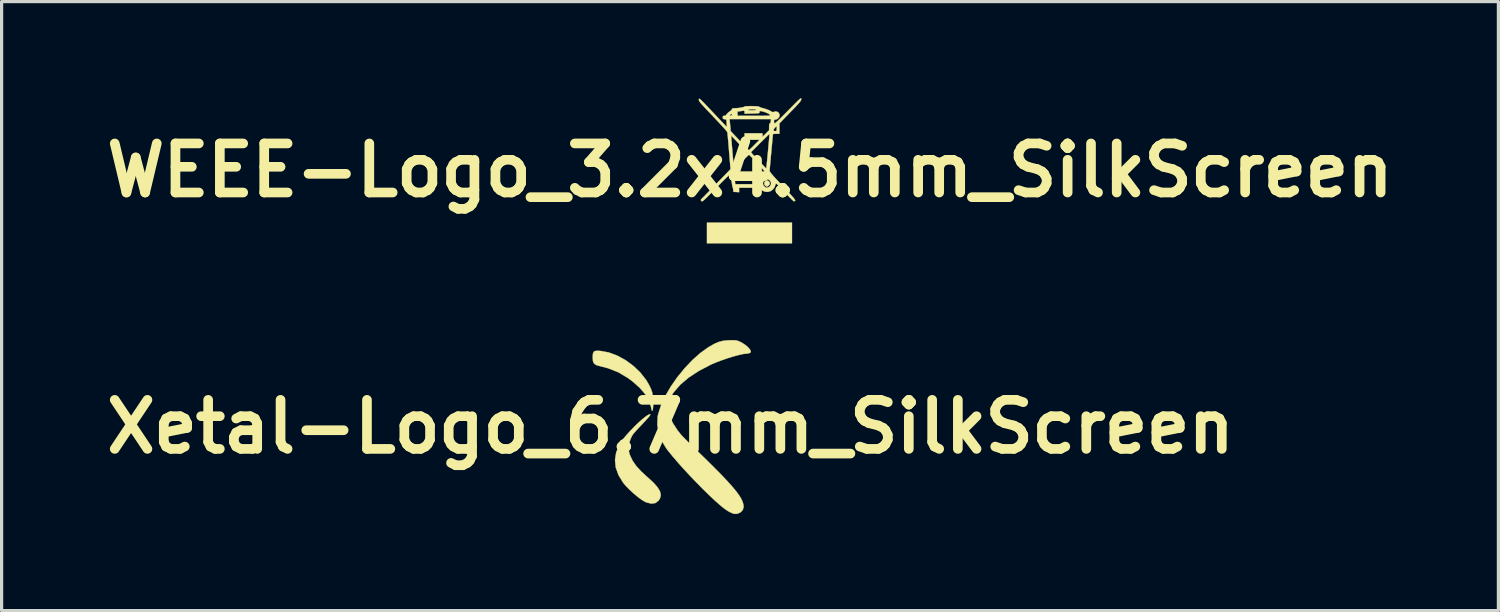
<source format=kicad_pcb>
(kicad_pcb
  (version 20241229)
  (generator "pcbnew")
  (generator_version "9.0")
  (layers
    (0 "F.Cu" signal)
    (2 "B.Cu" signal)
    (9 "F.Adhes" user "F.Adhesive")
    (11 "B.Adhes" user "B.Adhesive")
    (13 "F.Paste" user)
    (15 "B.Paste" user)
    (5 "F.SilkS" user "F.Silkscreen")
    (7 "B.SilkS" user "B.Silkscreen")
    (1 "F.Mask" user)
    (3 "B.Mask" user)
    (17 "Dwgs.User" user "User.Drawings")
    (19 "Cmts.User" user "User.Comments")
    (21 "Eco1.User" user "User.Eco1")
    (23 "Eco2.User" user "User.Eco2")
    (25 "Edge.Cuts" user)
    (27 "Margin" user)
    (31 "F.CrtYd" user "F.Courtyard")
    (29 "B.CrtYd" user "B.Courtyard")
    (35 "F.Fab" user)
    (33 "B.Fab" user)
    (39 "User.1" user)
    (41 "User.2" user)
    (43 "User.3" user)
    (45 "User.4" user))
  (footprint "Xetal-Logo_6.7mm_SilkScreen"
    (layer "F.Cu")
    (at 17.787 10.209)
    (property "Reference" "Xetal-Logo_6.7mm_SilkScreen" (at 0 0 0) (layer "F.SilkS") (effects (font (size 1.524 1.524) (thickness 0.3))))
    (attr through_hole)
    (fp_poly (pts (xy -2.176 -2.354) (xy -1.917 -2.306) (xy -1.653 -2.207) (xy -1.395 -2.065) (xy -1.153 -1.887) (xy -0.938 -1.68) (xy -0.759 -1.452) (xy -0.663 -1.287) (xy -0.607 -1.167) (xy -0.573 -1.068) (xy -0.554 -0.967) (xy -0.544 -0.837) (xy -0.542 -0.798) (xy -0.541 -0.669) (xy -0.547 -0.571) (xy -0.559 -0.51) (xy -0.574 -0.492) (xy -0.591 -0.522) (xy -0.607 -0.606) (xy -0.607 -0.608) (xy -0.662 -0.798) (xy -0.775 -0.994) (xy -0.944 -1.194) (xy -1.168 -1.396) (xy -1.315 -1.507) (xy -1.615 -1.687) (xy -1.948 -1.819) (xy -2.189 -1.881) (xy -2.308 -1.914) (xy -2.378 -1.962) (xy -2.412 -2.037) (xy -2.42 -2.155) (xy -2.42 -2.157) (xy -2.414 -2.263) (xy -2.391 -2.326) (xy -2.338 -2.355) (xy -2.243 -2.358) (xy -2.176 -2.354)) (stroke (width 0.01) (type solid)) (fill yes) (layer "F.SilkS"))
    (fp_poly (pts (xy -0.629 -0.38) (xy -0.642 -0.349) (xy -0.686 -0.293) (xy -0.765 -0.204) (xy -0.882 -0.079) (xy -1.001 0.047) (xy -1.087 0.14) (xy -1.146 0.209) (xy -1.187 0.264) (xy -1.215 0.315) (xy -1.24 0.372) (xy -1.259 0.422) (xy -1.303 0.57) (xy -1.31 0.701) (xy -1.278 0.841) (xy -1.258 0.895) (xy -1.181 1.057) (xy -1.07 1.217) (xy -0.918 1.385) (xy -0.718 1.568) (xy -0.704 1.58) (xy -0.527 1.743) (xy -0.403 1.885) (xy -0.329 2.01) (xy -0.305 2.122) (xy -0.328 2.224) (xy -0.376 2.299) (xy -0.472 2.371) (xy -0.593 2.39) (xy -0.739 2.356) (xy -0.792 2.334) (xy -0.892 2.275) (xy -1.017 2.183) (xy -1.152 2.07) (xy -1.285 1.948) (xy -1.399 1.83) (xy -1.474 1.74) (xy -1.618 1.504) (xy -1.703 1.269) (xy -1.727 1.035) (xy -1.692 0.803) (xy -1.597 0.571) (xy -1.548 0.488) (xy -1.47 0.379) (xy -1.368 0.255) (xy -1.248 0.124) (xy -1.12 -0.008) (xy -0.992 -0.132) (xy -0.871 -0.239) (xy -0.765 -0.323) (xy -0.684 -0.375) (xy -0.642 -0.388) (xy -0.629 -0.38)) (stroke (width 0.01) (type solid)) (fill yes) (layer "F.SilkS"))
    (fp_poly (pts (xy 2.031 -2.682) (xy 2.104 -2.664) (xy 2.181 -2.628) (xy 2.213 -2.611) (xy 2.32 -2.543) (xy 2.408 -2.467) (xy 2.469 -2.395) (xy 2.494 -2.336) (xy 2.478 -2.299) (xy 2.415 -2.277) (xy 2.361 -2.271) (xy 2.26 -2.26) (xy 2.117 -2.229) (xy 1.946 -2.182) (xy 1.758 -2.124) (xy 1.569 -2.058) (xy 1.389 -1.989) (xy 1.255 -1.931) (xy 0.88 -1.736) (xy 0.562 -1.528) (xy 0.302 -1.307) (xy 0.098 -1.072) (xy 0.014 -0.943) (xy -0.058 -0.762) (xy -0.074 -0.565) (xy -0.034 -0.353) (xy 0.061 -0.128) (xy 0.211 0.106) (xy 0.328 0.253) (xy 0.374 0.302) (xy 0.454 0.384) (xy 0.561 0.49) (xy 0.684 0.611) (xy 0.791 0.716) (xy 1.092 1.008) (xy 1.351 1.264) (xy 1.571 1.487) (xy 1.755 1.681) (xy 1.906 1.848) (xy 2.026 1.992) (xy 2.119 2.116) (xy 2.187 2.224) (xy 2.232 2.319) (xy 2.259 2.405) (xy 2.269 2.484) (xy 2.269 2.495) (xy 2.243 2.586) (xy 2.173 2.661) (xy 2.075 2.704) (xy 2.061 2.707) (xy 1.993 2.709) (xy 1.919 2.69) (xy 1.823 2.643) (xy 1.763 2.609) (xy 1.662 2.539) (xy 1.529 2.43) (xy 1.369 2.288) (xy 1.19 2.119) (xy 0.998 1.931) (xy 0.799 1.729) (xy 0.599 1.52) (xy 0.404 1.31) (xy 0.222 1.106) (xy 0.058 0.914) (xy -0.082 0.741) (xy -0.129 0.68) (xy -0.272 0.445) (xy -0.368 0.195) (xy -0.412 -0.059) (xy -0.402 -0.307) (xy -0.388 -0.383) (xy -0.3 -0.659) (xy -0.167 -0.949) (xy 0.005 -1.245) (xy 0.208 -1.537) (xy 0.435 -1.815) (xy 0.677 -2.071) (xy 0.929 -2.294) (xy 1.181 -2.475) (xy 1.373 -2.582) (xy 1.5 -2.635) (xy 1.618 -2.666) (xy 1.756 -2.682) (xy 1.813 -2.685) (xy 1.941 -2.688) (xy 2.031 -2.682)) (stroke (width 0.01) (type solid)) (fill yes) (layer "F.SilkS")))
  (footprint "WEEE-Logo_3.2x4.5mm_SilkScreen"
    (layer "F.Cu")
    (at 20.255 2.242)
    (property "Reference" "WEEE-Logo_3.2x4.5mm_SilkScreen" (at 0 0 0) (layer "F.SilkS") (effects (font (size 1.524 1.524) (thickness 0.3))))
    (attr through_hole)
    (fp_poly (pts (xy 1.304 2.269) (xy -1.338 2.269) (xy -1.338 1.626) (xy 1.304 1.626) (xy 1.304 2.269)) (stroke (width 0.01) (type solid)) (fill yes) (layer "F.SilkS"))
    (fp_poly (pts (xy 0.557 0.321) (xy 0.602 0.359) (xy 0.617 0.406) (xy 0.603 0.452) (xy 0.56 0.491) (xy 0.56 0.491) (xy 0.532 0.505) (xy 0.513 0.504) (xy 0.486 0.487) (xy 0.478 0.482) (xy 0.448 0.446) (xy 0.442 0.402) (xy 0.453 0.36) (xy 0.48 0.327) (xy 0.517 0.312) (xy 0.557 0.321)) (stroke (width 0.01) (type solid)) (fill yes) (layer "F.SilkS"))
    (fp_poly (pts (xy 1.589 -2.234) (xy 1.591 -2.224) (xy 1.592 -2.214) (xy 1.59 -2.195) (xy 1.582 -2.174) (xy 1.567 -2.148) (xy 1.54 -2.114) (xy 1.501 -2.068) (xy 1.446 -2.008) (xy 1.372 -1.931) (xy 1.278 -1.834) (xy 1.253 -1.808) (xy 0.914 -1.459) (xy 0.914 -1.135) (xy 0.813 -1.135) (xy 0.759 -1.133) (xy 0.722 -1.128) (xy 0.711 -1.122) (xy 0.71 -1.102) (xy 0.705 -1.053) (xy 0.698 -0.979) (xy 0.689 -0.883) (xy 0.679 -0.771) (xy 0.667 -0.645) (xy 0.661 -0.576) (xy 0.648 -0.443) (xy 0.637 -0.318) (xy 0.627 -0.207) (xy 0.619 -0.115) (xy 0.613 -0.044) (xy 0.61 -0.001) (xy 0.61 0.009) (xy 0.613 0.026) (xy 0.622 0.047) (xy 0.642 0.076) (xy 0.672 0.115) (xy 0.716 0.167) (xy 0.776 0.234) (xy 0.854 0.318) (xy 0.952 0.423) (xy 1.016 0.49) (xy 1.128 0.61) (xy 1.219 0.708) (xy 1.29 0.786) (xy 1.342 0.846) (xy 1.377 0.889) (xy 1.397 0.919) (xy 1.404 0.937) (xy 1.403 0.943) (xy 1.377 0.962) (xy 1.365 0.965) (xy 1.349 0.953) (xy 1.313 0.92) (xy 1.261 0.868) (xy 1.196 0.803) (xy 1.123 0.726) (xy 1.075 0.676) (xy 0.99 0.584) (xy 0.924 0.515) (xy 0.876 0.466) (xy 0.842 0.434) (xy 0.82 0.417) (xy 0.806 0.413) (xy 0.799 0.419) (xy 0.795 0.433) (xy 0.795 0.434) (xy 0.761 0.526) (xy 0.708 0.598) (xy 0.639 0.646) (xy 0.561 0.67) (xy 0.479 0.668) (xy 0.398 0.637) (xy 0.34 0.591) (xy 0.29 0.542) (xy -0.339 0.542) (xy -0.339 0.679) (xy -0.516 0.669) (xy -0.522 0.601) (xy -0.529 0.554) (xy -0.54 0.52) (xy -0.542 0.516) (xy -0.549 0.494) (xy -0.557 0.447) (xy -0.566 0.382) (xy -0.576 0.307) (xy -0.584 0.231) (xy -0.59 0.162) (xy -0.593 0.108) (xy -0.593 0.102) (xy -0.604 0.108) (xy -0.637 0.135) (xy -0.688 0.183) (xy -0.754 0.247) (xy -0.834 0.325) (xy -0.924 0.416) (xy -1.023 0.516) (xy -1.038 0.531) (xy -1.152 0.648) (xy -1.245 0.743) (xy -1.319 0.818) (xy -1.376 0.874) (xy -1.42 0.915) (xy -1.452 0.942) (xy -1.474 0.958) (xy -1.489 0.964) (xy -1.5 0.963) (xy -1.509 0.956) (xy -1.511 0.954) (xy -1.527 0.932) (xy -1.527 0.914) (xy -1.507 0.889) (xy -1.48 0.862) (xy -1.454 0.837) (xy -1.407 0.79) (xy -1.344 0.725) (xy -1.266 0.646) (xy -1.179 0.556) (xy -1.083 0.458) (xy -1.012 0.385) (xy -0.63 -0.008) (xy -0.5 -0.008) (xy -0.48 0.212) (xy -0.472 0.293) (xy -0.466 0.361) (xy -0.461 0.409) (xy -0.459 0.431) (xy -0.458 0.432) (xy 0.252 0.432) (xy 0.257 0.406) (xy 0.401 0.406) (xy 0.413 0.462) (xy 0.447 0.502) (xy 0.492 0.534) (xy 0.532 0.539) (xy 0.582 0.523) (xy 0.628 0.485) (xy 0.652 0.43) (xy 0.648 0.369) (xy 0.644 0.358) (xy 0.609 0.31) (xy 0.556 0.278) (xy 0.517 0.271) (xy 0.475 0.286) (xy 0.435 0.322) (xy 0.408 0.37) (xy 0.401 0.406) (xy 0.257 0.406) (xy 0.263 0.373) (xy 0.295 0.281) (xy 0.352 0.209) (xy 0.418 0.166) (xy 0.466 0.14) (xy 0.488 0.113) (xy 0.491 0.097) (xy 0.479 0.069) (xy 0.441 0.018) (xy 0.38 -0.055) (xy 0.294 -0.15) (xy 0.237 -0.212) (xy 0.162 -0.291) (xy 0.094 -0.361) (xy 0.038 -0.418) (xy -0.004 -0.459) (xy -0.029 -0.48) (xy -0.033 -0.483) (xy -0.049 -0.471) (xy -0.084 -0.438) (xy -0.135 -0.388) (xy -0.197 -0.325) (xy -0.267 -0.253) (xy -0.274 -0.246) (xy -0.5 -0.008) (xy -0.63 -0.008) (xy -0.605 -0.034) (xy -0.651 -0.589) (xy -0.662 -0.724) (xy -0.672 -0.849) (xy -0.682 -0.96) (xy -0.69 -1.053) (xy -0.693 -1.078) (xy -0.587 -1.078) (xy -0.586 -1.061) (xy -0.583 -1.016) (xy -0.578 -0.947) (xy -0.571 -0.861) (xy -0.563 -0.762) (xy -0.554 -0.655) (xy -0.545 -0.545) (xy -0.536 -0.439) (xy -0.527 -0.341) (xy -0.52 -0.256) (xy -0.514 -0.19) (xy -0.509 -0.147) (xy -0.508 -0.135) (xy -0.496 -0.144) (xy -0.465 -0.174) (xy -0.418 -0.22) (xy -0.359 -0.28) (xy -0.303 -0.337) (xy -0.237 -0.406) (xy -0.181 -0.467) (xy -0.138 -0.517) (xy -0.111 -0.55) (xy -0.105 -0.561) (xy -0.106 -0.562) (xy 0.029 -0.562) (xy 0.086 -0.495) (xy 0.124 -0.452) (xy 0.175 -0.397) (xy 0.233 -0.335) (xy 0.295 -0.269) (xy 0.356 -0.206) (xy 0.412 -0.148) (xy 0.458 -0.101) (xy 0.49 -0.07) (xy 0.504 -0.059) (xy 0.504 -0.059) (xy 0.507 -0.076) (xy 0.513 -0.123) (xy 0.52 -0.196) (xy 0.53 -0.29) (xy 0.541 -0.401) (xy 0.553 -0.526) (xy 0.559 -0.594) (xy 0.571 -0.724) (xy 0.582 -0.843) (xy 0.591 -0.946) (xy 0.598 -1.03) (xy 0.603 -1.091) (xy 0.604 -1.124) (xy 0.604 -1.129) (xy 0.592 -1.118) (xy 0.558 -1.088) (xy 0.508 -1.039) (xy 0.444 -0.976) (xy 0.369 -0.902) (xy 0.314 -0.848) (xy 0.029 -0.562) (xy -0.106 -0.562) (xy -0.118 -0.577) (xy -0.149 -0.613) (xy -0.194 -0.664) (xy -0.25 -0.725) (xy -0.312 -0.792) (xy -0.377 -0.861) (xy -0.439 -0.928) (xy -0.496 -0.987) (xy -0.542 -1.035) (xy -0.574 -1.067) (xy -0.587 -1.078) (xy -0.587 -1.078) (xy -0.693 -1.078) (xy -0.697 -1.123) (xy -0.702 -1.166) (xy -0.703 -1.177) (xy -0.707 -1.189) (xy -0.718 -1.205) (xy -0.737 -1.229) (xy -0.765 -1.263) (xy -0.805 -1.308) (xy -0.858 -1.366) (xy -0.925 -1.44) (xy -1.01 -1.53) (xy -1.113 -1.639) (xy -1.235 -1.77) (xy -1.367 -1.908) (xy -1.445 -1.992) (xy -1.504 -2.056) (xy -1.544 -2.103) (xy -1.57 -2.138) (xy -1.584 -2.164) (xy -1.589 -2.185) (xy -1.589 -2.202) (xy -1.586 -2.215) (xy -1.581 -2.222) (xy -1.571 -2.221) (xy -1.554 -2.211) (xy -1.527 -2.188) (xy -1.488 -2.151) (xy -1.436 -2.098) (xy -1.367 -2.026) (xy -1.28 -1.935) (xy -1.172 -1.821) (xy -1.151 -1.799) (xy -1.054 -1.695) (xy -0.964 -1.6) (xy -0.884 -1.516) (xy -0.817 -1.446) (xy -0.766 -1.392) (xy -0.732 -1.357) (xy -0.719 -1.344) (xy -0.719 -1.344) (xy -0.719 -1.361) (xy -0.722 -1.402) (xy -0.727 -1.46) (xy -0.727 -1.465) (xy -0.737 -1.583) (xy -0.792 -1.589) (xy -0.807 -1.592) (xy -0.636 -1.592) (xy -0.618 -1.405) (xy -0.601 -1.219) (xy -0.323 -0.923) (xy -0.245 -0.84) (xy -0.174 -0.766) (xy -0.115 -0.705) (xy -0.07 -0.659) (xy -0.042 -0.632) (xy -0.035 -0.627) (xy -0.02 -0.638) (xy 0.014 -0.669) (xy 0.063 -0.715) (xy 0.121 -0.773) (xy 0.135 -0.787) (xy 0.296 -0.948) (xy -0.169 -0.948) (xy -0.169 -1.151) (xy 0.389 -1.151) (xy 0.389 -1.042) (xy 0.491 -1.143) (xy 0.593 -1.244) (xy 0.593 -1.25) (xy 0.728 -1.25) (xy 0.738 -1.227) (xy 0.772 -1.219) (xy 0.779 -1.219) (xy 0.81 -1.221) (xy 0.825 -1.233) (xy 0.829 -1.265) (xy 0.83 -1.299) (xy 0.83 -1.378) (xy 0.779 -1.329) (xy 0.747 -1.291) (xy 0.729 -1.257) (xy 0.728 -1.25) (xy 0.593 -1.25) (xy 0.593 -1.35) (xy 0.595 -1.412) (xy 0.602 -1.445) (xy 0.615 -1.456) (xy 0.616 -1.456) (xy 0.635 -1.472) (xy 0.646 -1.519) (xy 0.646 -1.524) (xy 0.653 -1.592) (xy -0.636 -1.592) (xy -0.807 -1.592) (xy -0.83 -1.596) (xy -0.845 -1.616) (xy -0.847 -1.644) (xy -0.842 -1.679) (xy -0.822 -1.692) (xy -0.8 -1.693) (xy -0.757 -1.704) (xy -0.752 -1.71) (xy -0.627 -1.71) (xy -0.612 -1.696) (xy -0.593 -1.693) (xy -0.564 -1.705) (xy -0.559 -1.728) (xy -0.563 -1.752) (xy -0.583 -1.749) (xy -0.593 -1.744) (xy -0.619 -1.723) (xy -0.627 -1.71) (xy -0.752 -1.71) (xy -0.724 -1.742) (xy -0.722 -1.744) (xy -0.688 -1.785) (xy -0.64 -1.824) (xy -0.636 -1.827) (xy -0.389 -1.827) (xy -0.389 -1.693) (xy 0.129 -1.693) (xy 0.276 -1.693) (xy 0.391 -1.694) (xy 0.48 -1.695) (xy 0.545 -1.697) (xy 0.588 -1.7) (xy 0.615 -1.703) (xy 0.627 -1.708) (xy 0.629 -1.715) (xy 0.626 -1.72) (xy 0.579 -1.758) (xy 0.505 -1.793) (xy 0.415 -1.823) (xy 0.353 -1.838) (xy 0.317 -1.843) (xy 0.3 -1.837) (xy 0.295 -1.819) (xy 0.295 -1.808) (xy 0.294 -1.792) (xy 0.288 -1.782) (xy 0.27 -1.775) (xy 0.236 -1.77) (xy 0.18 -1.768) (xy 0.097 -1.766) (xy 0.064 -1.765) (xy -0.169 -1.76) (xy -0.169 -1.81) (xy -0.174 -1.845) (xy -0.191 -1.855) (xy -0.199 -1.853) (xy -0.233 -1.848) (xy -0.285 -1.84) (xy -0.309 -1.837) (xy -0.389 -1.827) (xy -0.636 -1.827) (xy -0.626 -1.833) (xy -0.584 -1.863) (xy -0.571 -1.88) (xy -0.068 -1.88) (xy -0.052 -1.871) (xy -0.009 -1.865) (xy 0.053 -1.863) (xy 0.058 -1.863) (xy 0.121 -1.865) (xy 0.169 -1.87) (xy 0.194 -1.878) (xy 0.195 -1.88) (xy 0.185 -1.889) (xy 0.144 -1.894) (xy 0.074 -1.897) (xy 0.069 -1.897) (xy 0.001 -1.895) (xy -0.046 -1.889) (xy -0.067 -1.881) (xy -0.068 -1.88) (xy -0.571 -1.88) (xy -0.561 -1.892) (xy -0.559 -1.901) (xy -0.553 -1.918) (xy -0.53 -1.927) (xy -0.483 -1.93) (xy -0.47 -1.93) (xy -0.398 -1.933) (xy -0.324 -1.941) (xy -0.256 -1.952) (xy -0.202 -1.965) (xy -0.172 -1.978) (xy -0.169 -1.981) (xy -0.15 -1.988) (xy -0.105 -1.992) (xy -0.043 -1.994) (xy 0.029 -1.995) (xy 0.104 -1.994) (xy 0.174 -1.991) (xy 0.232 -1.987) (xy 0.271 -1.982) (xy 0.284 -1.975) (xy 0.297 -1.965) (xy 0.336 -1.95) (xy 0.394 -1.932) (xy 0.426 -1.924) (xy 0.505 -1.9) (xy 0.577 -1.873) (xy 0.63 -1.846) (xy 0.636 -1.842) (xy 0.683 -1.814) (xy 0.715 -1.808) (xy 0.73 -1.813) (xy 0.79 -1.829) (xy 0.847 -1.819) (xy 0.892 -1.786) (xy 0.917 -1.736) (xy 0.92 -1.71) (xy 0.905 -1.655) (xy 0.867 -1.607) (xy 0.815 -1.579) (xy 0.786 -1.575) (xy 0.758 -1.57) (xy 0.747 -1.55) (xy 0.745 -1.516) (xy 0.751 -1.471) (xy 0.768 -1.456) (xy 0.785 -1.468) (xy 0.823 -1.501) (xy 0.879 -1.553) (xy 0.949 -1.621) (xy 1.031 -1.702) (xy 1.122 -1.793) (xy 1.192 -1.863) (xy 1.3 -1.973) (xy 1.386 -2.06) (xy 1.454 -2.128) (xy 1.504 -2.177) (xy 1.541 -2.21) (xy 1.566 -2.23) (xy 1.581 -2.237) (xy 1.589 -2.234)) (stroke (width 0.01) (type solid)) (fill yes) (layer "F.SilkS")))
  (gr_rect
    (start -3 -3)
    (end 43.509 15.923)
    (stroke (width 0.1) (type default))
    (fill no)
    (layer "Edge.Cuts")))
</source>
